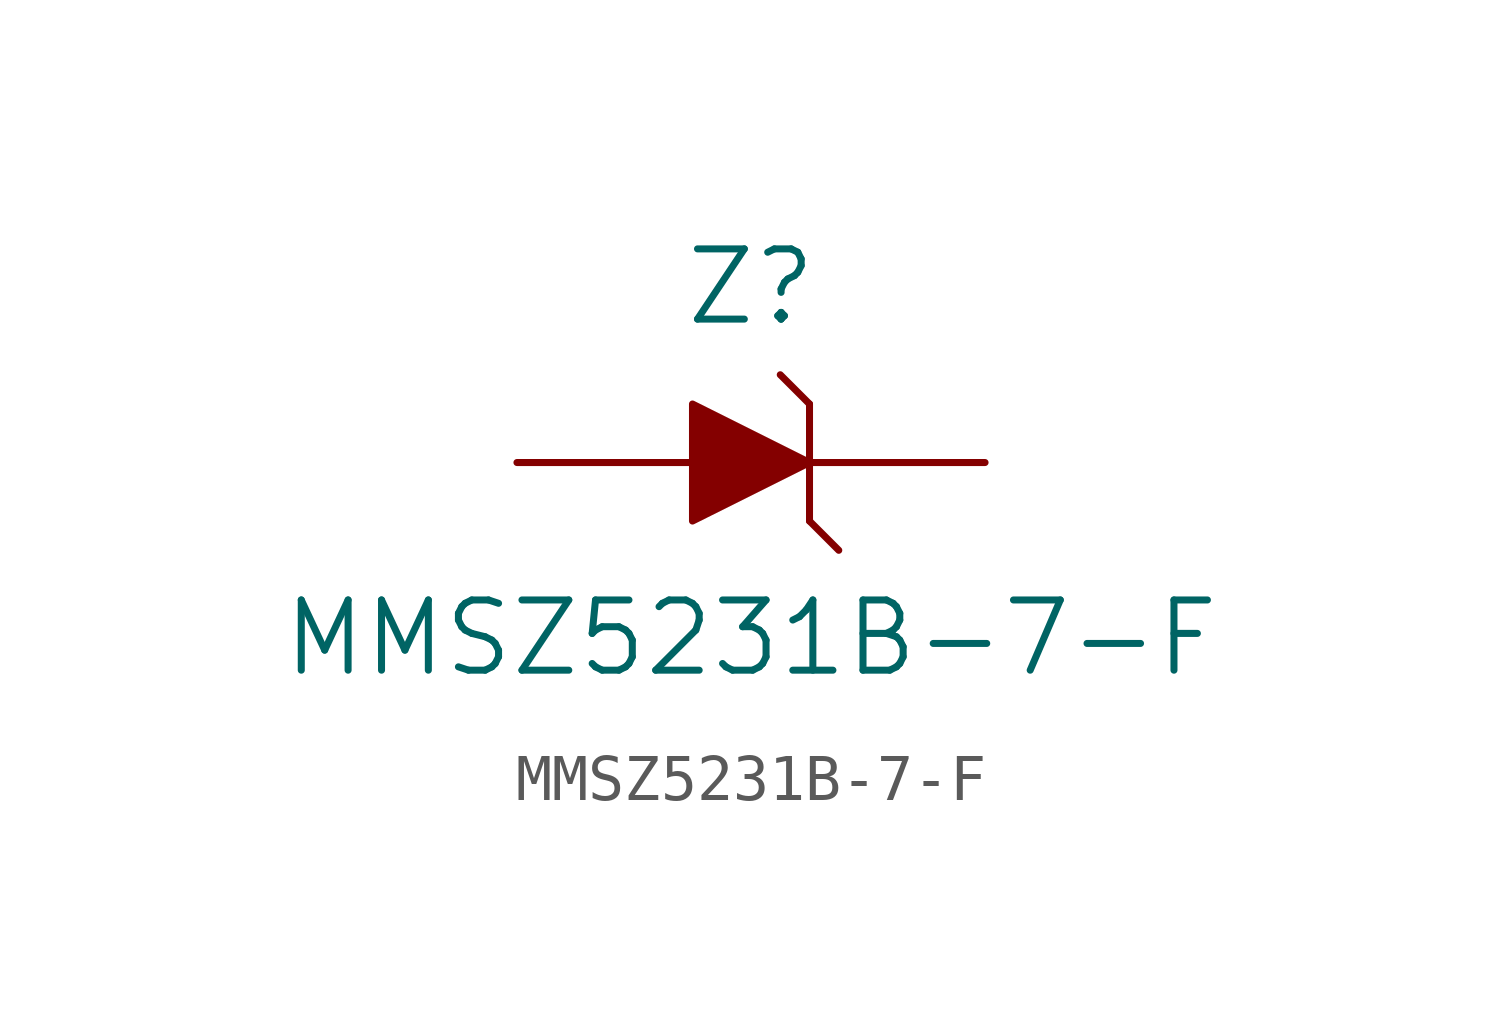
<source format=kicad_sym>
(kicad_symbol_lib
  (version 20231120)
  (generator "kicad_symbol_editor")
  (generator_version "8.0")
  (symbol "MMSZ5231B-7-F"
    (pin_numbers hide)
    (pin_names
      (offset 0) hide)
    (property "Reference" "Z"
      (at 0 3.81 0)
      (effects (font (size 1.524 1.524))))
    (property "Value" "MMSZ5231B-7-F"
      (at 0 -3.81 0)
      (effects (font (size 1.524 1.524))))
    (symbol "MMSZ5231B-7-F_0_1"
      (polyline (pts (xy 1.27 -1.27) (xy 1.905 -1.905)) (stroke (width 0) (type solid)) (fill (type none)))
      (polyline (pts (xy 1.27 1.27) (xy 0.635 1.905)) (stroke (width 0) (type solid)) (fill (type none)))
      (polyline (pts (xy 1.27 1.27) (xy 1.27 -1.27)) (stroke (width 0) (type solid)) (fill (type none)))
      (polyline (pts (xy -1.27 1.27) (xy -1.27 -1.27) (xy 1.27 0) (xy -1.27 1.27)) (stroke (width 0) (type solid)) (fill (type outline))))
    (symbol "MMSZ5231B-7-F_1_1"
      (pin passive line (at -5.08 0 0) (length 3.81) (name "~" (effects (font (size 1.27 1.27)))) (number "A" (effects (font (size 1.27 1.27)))))
      (pin passive line (at 5.08 0 180) (length 3.81) (name "~" (effects (font (size 1.27 1.27)))) (number "K" (effects (font (size 1.27 1.27))))))))
</source>
